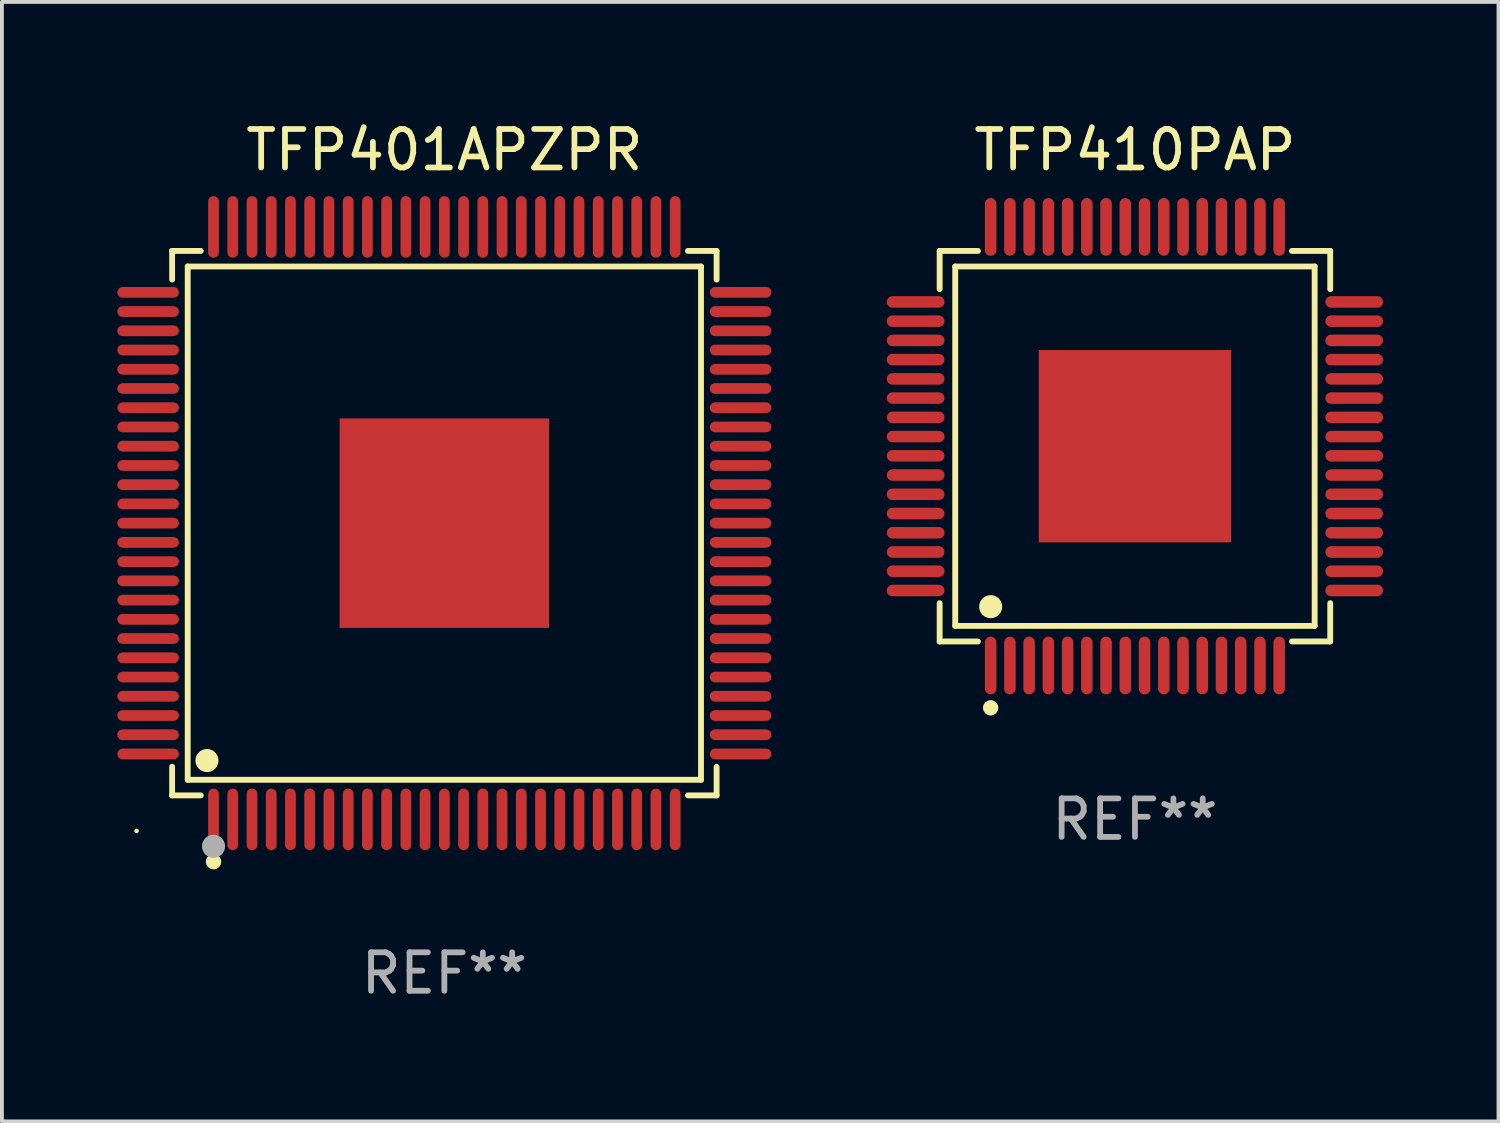
<source format=kicad_pcb>
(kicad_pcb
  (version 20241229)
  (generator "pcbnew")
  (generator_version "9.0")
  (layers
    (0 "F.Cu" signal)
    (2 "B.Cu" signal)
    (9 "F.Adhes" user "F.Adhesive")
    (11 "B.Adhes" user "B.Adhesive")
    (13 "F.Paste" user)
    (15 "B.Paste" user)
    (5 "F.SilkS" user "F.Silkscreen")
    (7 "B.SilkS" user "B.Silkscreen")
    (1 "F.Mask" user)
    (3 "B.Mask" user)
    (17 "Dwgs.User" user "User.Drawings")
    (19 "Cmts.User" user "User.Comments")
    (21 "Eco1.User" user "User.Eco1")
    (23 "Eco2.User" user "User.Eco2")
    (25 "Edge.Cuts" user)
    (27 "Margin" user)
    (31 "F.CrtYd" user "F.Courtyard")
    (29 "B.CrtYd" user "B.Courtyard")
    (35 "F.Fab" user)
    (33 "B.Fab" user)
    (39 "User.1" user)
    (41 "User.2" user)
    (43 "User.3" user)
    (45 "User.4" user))
  (footprint "TFP410PAP"
    (layer "F.Cu")
    (at 26.45 8.548)
    (property "Reference" "TFP410PAP" (at 0 -7.7 0) (layer "F.SilkS") (effects (font (size 1 1) (thickness 0.15))))
    (attr through_hole)
    (fp_line (start -5.076 -5.076) (end -4.081 -5.076) (stroke (width 0.152) (type solid)) (layer "F.SilkS"))
    (fp_line (start -5.076 -4.081) (end -5.076 -5.076) (stroke (width 0.152) (type solid)) (layer "F.SilkS"))
    (fp_line (start -5.076 4.08) (end -5.076 5.076) (stroke (width 0.152) (type solid)) (layer "F.SilkS"))
    (fp_line (start -5.076 5.076) (end -4.081 5.076) (stroke (width 0.152) (type solid)) (layer "F.SilkS"))
    (fp_line (start -4.671 -4.671) (end 4.671 -4.671) (stroke (width 0.152) (type solid)) (layer "F.SilkS"))
    (fp_line (start -4.671 4.671) (end -4.671 -4.671) (stroke (width 0.152) (type solid)) (layer "F.SilkS"))
    (fp_line (start 4.671 -4.671) (end 4.671 4.671) (stroke (width 0.152) (type solid)) (layer "F.SilkS"))
    (fp_line (start 4.671 4.671) (end -4.671 4.671) (stroke (width 0.152) (type solid)) (layer "F.SilkS"))
    (fp_line (start 5.076 -5.076) (end 4.081 -5.076) (stroke (width 0.152) (type solid)) (layer "F.SilkS"))
    (fp_line (start 5.076 -4.081) (end 5.076 -5.076) (stroke (width 0.152) (type solid)) (layer "F.SilkS"))
    (fp_line (start 5.076 4.08) (end 5.076 5.076) (stroke (width 0.152) (type solid)) (layer "F.SilkS"))
    (fp_line (start 5.076 5.076) (end 4.081 5.076) (stroke (width 0.152) (type solid)) (layer "F.SilkS"))
    (fp_circle (center -3.75 4.171) (end -3.6 4.171) (stroke (width 0.3) (type solid)) (fill no) (layer "F.SilkS"))
    (fp_circle (center -3.75 6.8) (end -3.65 6.8) (stroke (width 0.2) (type solid)) (fill no) (layer "F.SilkS"))
    (fp_text user "REF**" (at 0 9.7 0) (layer "F.Fab") (effects (font (size 1 1) (thickness 0.15))))
    (pad "1" smd oval (at -3.75 5.7) (size 0.3 1.5) (layers "F.Cu" "F.Mask" "F.Paste"))
    (pad "2" smd oval (at -3.25 5.7) (size 0.3 1.5) (layers "F.Cu" "F.Mask" "F.Paste"))
    (pad "3" smd oval (at -2.75 5.7) (size 0.3 1.5) (layers "F.Cu" "F.Mask" "F.Paste"))
    (pad "4" smd oval (at -2.25 5.7) (size 0.3 1.5) (layers "F.Cu" "F.Mask" "F.Paste"))
    (pad "5" smd oval (at -1.75 5.7) (size 0.3 1.5) (layers "F.Cu" "F.Mask" "F.Paste"))
    (pad "6" smd oval (at -1.25 5.7) (size 0.3 1.5) (layers "F.Cu" "F.Mask" "F.Paste"))
    (pad "7" smd oval (at -0.75 5.7) (size 0.3 1.5) (layers "F.Cu" "F.Mask" "F.Paste"))
    (pad "8" smd oval (at -0.25 5.7) (size 0.3 1.5) (layers "F.Cu" "F.Mask" "F.Paste"))
    (pad "9" smd oval (at 0.25 5.7) (size 0.3 1.5) (layers "F.Cu" "F.Mask" "F.Paste"))
    (pad "10" smd oval (at 0.75 5.7) (size 0.3 1.5) (layers "F.Cu" "F.Mask" "F.Paste"))
    (pad "11" smd oval (at 1.25 5.7) (size 0.3 1.5) (layers "F.Cu" "F.Mask" "F.Paste"))
    (pad "12" smd oval (at 1.75 5.7) (size 0.3 1.5) (layers "F.Cu" "F.Mask" "F.Paste"))
    (pad "13" smd oval (at 2.25 5.7) (size 0.3 1.5) (layers "F.Cu" "F.Mask" "F.Paste"))
    (pad "14" smd oval (at 2.75 5.7) (size 0.3 1.5) (layers "F.Cu" "F.Mask" "F.Paste"))
    (pad "15" smd oval (at 3.25 5.7) (size 0.3 1.5) (layers "F.Cu" "F.Mask" "F.Paste"))
    (pad "16" smd oval (at 3.75 5.7) (size 0.3 1.5) (layers "F.Cu" "F.Mask" "F.Paste"))
    (pad "17" smd oval (at 5.7 3.75) (size 1.5 0.3) (layers "F.Cu" "F.Mask" "F.Paste"))
    (pad "18" smd oval (at 5.7 3.25) (size 1.5 0.3) (layers "F.Cu" "F.Mask" "F.Paste"))
    (pad "19" smd oval (at 5.7 2.75) (size 1.5 0.3) (layers "F.Cu" "F.Mask" "F.Paste"))
    (pad "20" smd oval (at 5.7 2.25) (size 1.5 0.3) (layers "F.Cu" "F.Mask" "F.Paste"))
    (pad "21" smd oval (at 5.7 1.75) (size 1.5 0.3) (layers "F.Cu" "F.Mask" "F.Paste"))
    (pad "22" smd oval (at 5.7 1.25) (size 1.5 0.3) (layers "F.Cu" "F.Mask" "F.Paste"))
    (pad "23" smd oval (at 5.7 0.75) (size 1.5 0.3) (layers "F.Cu" "F.Mask" "F.Paste"))
    (pad "24" smd oval (at 5.7 0.25) (size 1.5 0.3) (layers "F.Cu" "F.Mask" "F.Paste"))
    (pad "25" smd oval (at 5.7 -0.25) (size 1.5 0.3) (layers "F.Cu" "F.Mask" "F.Paste"))
    (pad "26" smd oval (at 5.7 -0.75) (size 1.5 0.3) (layers "F.Cu" "F.Mask" "F.Paste"))
    (pad "27" smd oval (at 5.7 -1.25) (size 1.5 0.3) (layers "F.Cu" "F.Mask" "F.Paste"))
    (pad "28" smd oval (at 5.7 -1.75) (size 1.5 0.3) (layers "F.Cu" "F.Mask" "F.Paste"))
    (pad "29" smd oval (at 5.7 -2.25) (size 1.5 0.3) (layers "F.Cu" "F.Mask" "F.Paste"))
    (pad "30" smd oval (at 5.7 -2.75) (size 1.5 0.3) (layers "F.Cu" "F.Mask" "F.Paste"))
    (pad "31" smd oval (at 5.7 -3.25) (size 1.5 0.3) (layers "F.Cu" "F.Mask" "F.Paste"))
    (pad "32" smd oval (at 5.7 -3.75) (size 1.5 0.3) (layers "F.Cu" "F.Mask" "F.Paste"))
    (pad "33" smd oval (at 3.75 -5.7) (size 0.3 1.5) (layers "F.Cu" "F.Mask" "F.Paste"))
    (pad "34" smd oval (at 3.25 -5.7) (size 0.3 1.5) (layers "F.Cu" "F.Mask" "F.Paste"))
    (pad "35" smd oval (at 2.75 -5.7) (size 0.3 1.5) (layers "F.Cu" "F.Mask" "F.Paste"))
    (pad "36" smd oval (at 2.25 -5.7) (size 0.3 1.5) (layers "F.Cu" "F.Mask" "F.Paste"))
    (pad "37" smd oval (at 1.75 -5.7) (size 0.3 1.5) (layers "F.Cu" "F.Mask" "F.Paste"))
    (pad "38" smd oval (at 1.25 -5.7) (size 0.3 1.5) (layers "F.Cu" "F.Mask" "F.Paste"))
    (pad "39" smd oval (at 0.75 -5.7) (size 0.3 1.5) (layers "F.Cu" "F.Mask" "F.Paste"))
    (pad "40" smd oval (at 0.25 -5.7) (size 0.3 1.5) (layers "F.Cu" "F.Mask" "F.Paste"))
    (pad "41" smd oval (at -0.25 -5.7) (size 0.3 1.5) (layers "F.Cu" "F.Mask" "F.Paste"))
    (pad "42" smd oval (at -0.75 -5.7) (size 0.3 1.5) (layers "F.Cu" "F.Mask" "F.Paste"))
    (pad "43" smd oval (at -1.25 -5.7) (size 0.3 1.5) (layers "F.Cu" "F.Mask" "F.Paste"))
    (pad "44" smd oval (at -1.75 -5.7) (size 0.3 1.5) (layers "F.Cu" "F.Mask" "F.Paste"))
    (pad "45" smd oval (at -2.25 -5.7) (size 0.3 1.5) (layers "F.Cu" "F.Mask" "F.Paste"))
    (pad "46" smd oval (at -2.75 -5.7) (size 0.3 1.5) (layers "F.Cu" "F.Mask" "F.Paste"))
    (pad "47" smd oval (at -3.25 -5.7) (size 0.3 1.5) (layers "F.Cu" "F.Mask" "F.Paste"))
    (pad "48" smd oval (at -3.75 -5.7) (size 0.3 1.5) (layers "F.Cu" "F.Mask" "F.Paste"))
    (pad "49" smd oval (at -5.7 -3.75) (size 1.5 0.3) (layers "F.Cu" "F.Mask" "F.Paste"))
    (pad "50" smd oval (at -5.7 -3.25) (size 1.5 0.3) (layers "F.Cu" "F.Mask" "F.Paste"))
    (pad "51" smd oval (at -5.7 -2.75) (size 1.5 0.3) (layers "F.Cu" "F.Mask" "F.Paste"))
    (pad "52" smd oval (at -5.7 -2.25) (size 1.5 0.3) (layers "F.Cu" "F.Mask" "F.Paste"))
    (pad "53" smd oval (at -5.7 -1.75) (size 1.5 0.3) (layers "F.Cu" "F.Mask" "F.Paste"))
    (pad "54" smd oval (at -5.7 -1.25) (size 1.5 0.3) (layers "F.Cu" "F.Mask" "F.Paste"))
    (pad "55" smd oval (at -5.7 -0.75) (size 1.5 0.3) (layers "F.Cu" "F.Mask" "F.Paste"))
    (pad "56" smd oval (at -5.7 -0.25) (size 1.5 0.3) (layers "F.Cu" "F.Mask" "F.Paste"))
    (pad "57" smd oval (at -5.7 0.25) (size 1.5 0.3) (layers "F.Cu" "F.Mask" "F.Paste"))
    (pad "58" smd oval (at -5.7 0.75) (size 1.5 0.3) (layers "F.Cu" "F.Mask" "F.Paste"))
    (pad "59" smd oval (at -5.7 1.25) (size 1.5 0.3) (layers "F.Cu" "F.Mask" "F.Paste"))
    (pad "60" smd oval (at -5.7 1.75) (size 1.5 0.3) (layers "F.Cu" "F.Mask" "F.Paste"))
    (pad "61" smd oval (at -5.7 2.25) (size 1.5 0.3) (layers "F.Cu" "F.Mask" "F.Paste"))
    (pad "62" smd oval (at -5.7 2.75) (size 1.5 0.3) (layers "F.Cu" "F.Mask" "F.Paste"))
    (pad "63" smd oval (at -5.7 3.25) (size 1.5 0.3) (layers "F.Cu" "F.Mask" "F.Paste"))
    (pad "64" smd oval (at -5.7 3.75) (size 1.5 0.3) (layers "F.Cu" "F.Mask" "F.Paste"))
    (pad "65" smd rect (at 0 0) (size 5 5) (layers "F.Cu" "F.Mask" "F.Paste")))
  (footprint "TFP401APZPR"
    (layer "F.Cu")
    (at 8.5 10.548)
    (property "Reference" "TFP401APZPR" (at 0 -9.7 0) (layer "F.SilkS") (effects (font (size 1 1) (thickness 0.15))))
    (attr through_hole)
    (fp_line (start -7.076 -7.076) (end -6.331 -7.076) (stroke (width 0.152) (type solid)) (layer "F.SilkS"))
    (fp_line (start -7.076 -6.331) (end -7.076 -7.076) (stroke (width 0.152) (type solid)) (layer "F.SilkS"))
    (fp_line (start -7.076 6.331) (end -7.076 7.076) (stroke (width 0.152) (type solid)) (layer "F.SilkS"))
    (fp_line (start -7.076 7.076) (end -6.331 7.076) (stroke (width 0.152) (type solid)) (layer "F.SilkS"))
    (fp_line (start -6.671 -6.671) (end 6.671 -6.671) (stroke (width 0.152) (type solid)) (layer "F.SilkS"))
    (fp_line (start -6.671 6.671) (end -6.671 -6.671) (stroke (width 0.152) (type solid)) (layer "F.SilkS"))
    (fp_line (start 6.671 -6.671) (end 6.671 6.671) (stroke (width 0.152) (type solid)) (layer "F.SilkS"))
    (fp_line (start 6.671 6.671) (end -6.671 6.671) (stroke (width 0.152) (type solid)) (layer "F.SilkS"))
    (fp_line (start 7.076 -7.076) (end 6.331 -7.076) (stroke (width 0.152) (type solid)) (layer "F.SilkS"))
    (fp_line (start 7.076 -6.331) (end 7.076 -7.076) (stroke (width 0.152) (type solid)) (layer "F.SilkS"))
    (fp_line (start 7.076 6.331) (end 7.076 7.076) (stroke (width 0.152) (type solid)) (layer "F.SilkS"))
    (fp_line (start 7.076 7.076) (end 6.331 7.076) (stroke (width 0.152) (type solid)) (layer "F.SilkS"))
    (fp_circle (center -8 8) (end -7.97 8) (stroke (width 0.06) (type solid)) (fill no) (layer "F.SilkS"))
    (fp_circle (center -6.171 6.171) (end -6.021 6.171) (stroke (width 0.3) (type solid)) (fill no) (layer "F.SilkS"))
    (fp_circle (center -6 8.8) (end -5.9 8.8) (stroke (width 0.2) (type solid)) (fill no) (layer "F.SilkS"))
    (fp_circle (center -6 8.4) (end -5.85 8.4) (stroke (width 0.3) (type solid)) (fill no) (layer "F.Fab"))
    (fp_text user "REF**" (at 0 11.7 0) (layer "F.Fab") (effects (font (size 1 1) (thickness 0.15))))
    (pad "1" smd oval (at -6 7.7) (size 0.28 1.6) (layers "F.Cu" "F.Mask" "F.Paste"))
    (pad "2" smd oval (at -5.5 7.7) (size 0.28 1.6) (layers "F.Cu" "F.Mask" "F.Paste"))
    (pad "3" smd oval (at -5 7.7) (size 0.28 1.6) (layers "F.Cu" "F.Mask" "F.Paste"))
    (pad "4" smd oval (at -4.5 7.7) (size 0.28 1.6) (layers "F.Cu" "F.Mask" "F.Paste"))
    (pad "5" smd oval (at -4 7.7) (size 0.28 1.6) (layers "F.Cu" "F.Mask" "F.Paste"))
    (pad "6" smd oval (at -3.5 7.7) (size 0.28 1.6) (layers "F.Cu" "F.Mask" "F.Paste"))
    (pad "7" smd oval (at -3 7.7) (size 0.28 1.6) (layers "F.Cu" "F.Mask" "F.Paste"))
    (pad "8" smd oval (at -2.5 7.7) (size 0.28 1.6) (layers "F.Cu" "F.Mask" "F.Paste"))
    (pad "9" smd oval (at -2 7.7) (size 0.28 1.6) (layers "F.Cu" "F.Mask" "F.Paste"))
    (pad "10" smd oval (at -1.5 7.7) (size 0.28 1.6) (layers "F.Cu" "F.Mask" "F.Paste"))
    (pad "11" smd oval (at -1 7.7) (size 0.28 1.6) (layers "F.Cu" "F.Mask" "F.Paste"))
    (pad "12" smd oval (at -0.5 7.7) (size 0.28 1.6) (layers "F.Cu" "F.Mask" "F.Paste"))
    (pad "13" smd oval (at 0 7.7) (size 0.28 1.6) (layers "F.Cu" "F.Mask" "F.Paste"))
    (pad "14" smd oval (at 0.5 7.7) (size 0.28 1.6) (layers "F.Cu" "F.Mask" "F.Paste"))
    (pad "15" smd oval (at 1 7.7) (size 0.28 1.6) (layers "F.Cu" "F.Mask" "F.Paste"))
    (pad "16" smd oval (at 1.5 7.7) (size 0.28 1.6) (layers "F.Cu" "F.Mask" "F.Paste"))
    (pad "17" smd oval (at 2 7.7) (size 0.28 1.6) (layers "F.Cu" "F.Mask" "F.Paste"))
    (pad "18" smd oval (at 2.5 7.7) (size 0.28 1.6) (layers "F.Cu" "F.Mask" "F.Paste"))
    (pad "19" smd oval (at 3 7.7) (size 0.28 1.6) (layers "F.Cu" "F.Mask" "F.Paste"))
    (pad "20" smd oval (at 3.5 7.7) (size 0.28 1.6) (layers "F.Cu" "F.Mask" "F.Paste"))
    (pad "21" smd oval (at 4 7.7) (size 0.28 1.6) (layers "F.Cu" "F.Mask" "F.Paste"))
    (pad "22" smd oval (at 4.5 7.7) (size 0.28 1.6) (layers "F.Cu" "F.Mask" "F.Paste"))
    (pad "23" smd oval (at 5 7.7) (size 0.28 1.6) (layers "F.Cu" "F.Mask" "F.Paste"))
    (pad "24" smd oval (at 5.5 7.7) (size 0.28 1.6) (layers "F.Cu" "F.Mask" "F.Paste"))
    (pad "25" smd oval (at 6 7.7) (size 0.28 1.6) (layers "F.Cu" "F.Mask" "F.Paste"))
    (pad "26" smd oval (at 7.7 6) (size 1.6 0.28) (layers "F.Cu" "F.Mask" "F.Paste"))
    (pad "27" smd oval (at 7.7 5.5) (size 1.6 0.28) (layers "F.Cu" "F.Mask" "F.Paste"))
    (pad "28" smd oval (at 7.7 5) (size 1.6 0.28) (layers "F.Cu" "F.Mask" "F.Paste"))
    (pad "29" smd oval (at 7.7 4.5) (size 1.6 0.28) (layers "F.Cu" "F.Mask" "F.Paste"))
    (pad "30" smd oval (at 7.7 4) (size 1.6 0.28) (layers "F.Cu" "F.Mask" "F.Paste"))
    (pad "31" smd oval (at 7.7 3.5) (size 1.6 0.28) (layers "F.Cu" "F.Mask" "F.Paste"))
    (pad "32" smd oval (at 7.7 3) (size 1.6 0.28) (layers "F.Cu" "F.Mask" "F.Paste"))
    (pad "33" smd oval (at 7.7 2.5) (size 1.6 0.28) (layers "F.Cu" "F.Mask" "F.Paste"))
    (pad "34" smd oval (at 7.7 2) (size 1.6 0.28) (layers "F.Cu" "F.Mask" "F.Paste"))
    (pad "35" smd oval (at 7.7 1.5) (size 1.6 0.28) (layers "F.Cu" "F.Mask" "F.Paste"))
    (pad "36" smd oval (at 7.7 1) (size 1.6 0.28) (layers "F.Cu" "F.Mask" "F.Paste"))
    (pad "37" smd oval (at 7.7 0.5) (size 1.6 0.28) (layers "F.Cu" "F.Mask" "F.Paste"))
    (pad "38" smd oval (at 7.7 0) (size 1.6 0.28) (layers "F.Cu" "F.Mask" "F.Paste"))
    (pad "39" smd oval (at 7.7 -0.5) (size 1.6 0.28) (layers "F.Cu" "F.Mask" "F.Paste"))
    (pad "40" smd oval (at 7.7 -1) (size 1.6 0.28) (layers "F.Cu" "F.Mask" "F.Paste"))
    (pad "41" smd oval (at 7.7 -1.5) (size 1.6 0.28) (layers "F.Cu" "F.Mask" "F.Paste"))
    (pad "42" smd oval (at 7.7 -2) (size 1.6 0.28) (layers "F.Cu" "F.Mask" "F.Paste"))
    (pad "43" smd oval (at 7.7 -2.5) (size 1.6 0.28) (layers "F.Cu" "F.Mask" "F.Paste"))
    (pad "44" smd oval (at 7.7 -3) (size 1.6 0.28) (layers "F.Cu" "F.Mask" "F.Paste"))
    (pad "45" smd oval (at 7.7 -3.5) (size 1.6 0.28) (layers "F.Cu" "F.Mask" "F.Paste"))
    (pad "46" smd oval (at 7.7 -4) (size 1.6 0.28) (layers "F.Cu" "F.Mask" "F.Paste"))
    (pad "47" smd oval (at 7.7 -4.5) (size 1.6 0.28) (layers "F.Cu" "F.Mask" "F.Paste"))
    (pad "48" smd oval (at 7.7 -5) (size 1.6 0.28) (layers "F.Cu" "F.Mask" "F.Paste"))
    (pad "49" smd oval (at 7.7 -5.5) (size 1.6 0.28) (layers "F.Cu" "F.Mask" "F.Paste"))
    (pad "50" smd oval (at 7.7 -6) (size 1.6 0.28) (layers "F.Cu" "F.Mask" "F.Paste"))
    (pad "51" smd oval (at 6 -7.7) (size 0.28 1.6) (layers "F.Cu" "F.Mask" "F.Paste"))
    (pad "52" smd oval (at 5.5 -7.7) (size 0.28 1.6) (layers "F.Cu" "F.Mask" "F.Paste"))
    (pad "53" smd oval (at 5 -7.7) (size 0.28 1.6) (layers "F.Cu" "F.Mask" "F.Paste"))
    (pad "54" smd oval (at 4.5 -7.7) (size 0.28 1.6) (layers "F.Cu" "F.Mask" "F.Paste"))
    (pad "55" smd oval (at 4 -7.7) (size 0.28 1.6) (layers "F.Cu" "F.Mask" "F.Paste"))
    (pad "56" smd oval (at 3.5 -7.7) (size 0.28 1.6) (layers "F.Cu" "F.Mask" "F.Paste"))
    (pad "57" smd oval (at 3 -7.7) (size 0.28 1.6) (layers "F.Cu" "F.Mask" "F.Paste"))
    (pad "58" smd oval (at 2.5 -7.7) (size 0.28 1.6) (layers "F.Cu" "F.Mask" "F.Paste"))
    (pad "59" smd oval (at 2 -7.7) (size 0.28 1.6) (layers "F.Cu" "F.Mask" "F.Paste"))
    (pad "60" smd oval (at 1.5 -7.7) (size 0.28 1.6) (layers "F.Cu" "F.Mask" "F.Paste"))
    (pad "61" smd oval (at 1 -7.7) (size 0.28 1.6) (layers "F.Cu" "F.Mask" "F.Paste"))
    (pad "62" smd oval (at 0.5 -7.7) (size 0.28 1.6) (layers "F.Cu" "F.Mask" "F.Paste"))
    (pad "63" smd oval (at 0 -7.7) (size 0.28 1.6) (layers "F.Cu" "F.Mask" "F.Paste"))
    (pad "64" smd oval (at -0.5 -7.7) (size 0.28 1.6) (layers "F.Cu" "F.Mask" "F.Paste"))
    (pad "65" smd oval (at -1 -7.7) (size 0.28 1.6) (layers "F.Cu" "F.Mask" "F.Paste"))
    (pad "66" smd oval (at -1.5 -7.7) (size 0.28 1.6) (layers "F.Cu" "F.Mask" "F.Paste"))
    (pad "67" smd oval (at -2 -7.7) (size 0.28 1.6) (layers "F.Cu" "F.Mask" "F.Paste"))
    (pad "68" smd oval (at -2.5 -7.7) (size 0.28 1.6) (layers "F.Cu" "F.Mask" "F.Paste"))
    (pad "69" smd oval (at -3 -7.7) (size 0.28 1.6) (layers "F.Cu" "F.Mask" "F.Paste"))
    (pad "70" smd oval (at -3.5 -7.7) (size 0.28 1.6) (layers "F.Cu" "F.Mask" "F.Paste"))
    (pad "71" smd oval (at -4 -7.7) (size 0.28 1.6) (layers "F.Cu" "F.Mask" "F.Paste"))
    (pad "72" smd oval (at -4.5 -7.7) (size 0.28 1.6) (layers "F.Cu" "F.Mask" "F.Paste"))
    (pad "73" smd oval (at -5 -7.7) (size 0.28 1.6) (layers "F.Cu" "F.Mask" "F.Paste"))
    (pad "74" smd oval (at -5.5 -7.7) (size 0.28 1.6) (layers "F.Cu" "F.Mask" "F.Paste"))
    (pad "75" smd oval (at -6 -7.7) (size 0.28 1.6) (layers "F.Cu" "F.Mask" "F.Paste"))
    (pad "76" smd oval (at -7.7 -6) (size 1.6 0.28) (layers "F.Cu" "F.Mask" "F.Paste"))
    (pad "77" smd oval (at -7.7 -5.5) (size 1.6 0.28) (layers "F.Cu" "F.Mask" "F.Paste"))
    (pad "78" smd oval (at -7.7 -5) (size 1.6 0.28) (layers "F.Cu" "F.Mask" "F.Paste"))
    (pad "79" smd oval (at -7.7 -4.5) (size 1.6 0.28) (layers "F.Cu" "F.Mask" "F.Paste"))
    (pad "80" smd oval (at -7.7 -4) (size 1.6 0.28) (layers "F.Cu" "F.Mask" "F.Paste"))
    (pad "81" smd oval (at -7.7 -3.5) (size 1.6 0.28) (layers "F.Cu" "F.Mask" "F.Paste"))
    (pad "82" smd oval (at -7.7 -3) (size 1.6 0.28) (layers "F.Cu" "F.Mask" "F.Paste"))
    (pad "83" smd oval (at -7.7 -2.5) (size 1.6 0.28) (layers "F.Cu" "F.Mask" "F.Paste"))
    (pad "84" smd oval (at -7.7 -2) (size 1.6 0.28) (layers "F.Cu" "F.Mask" "F.Paste"))
    (pad "85" smd oval (at -7.7 -1.5) (size 1.6 0.28) (layers "F.Cu" "F.Mask" "F.Paste"))
    (pad "86" smd oval (at -7.7 -1) (size 1.6 0.28) (layers "F.Cu" "F.Mask" "F.Paste"))
    (pad "87" smd oval (at -7.7 -0.5) (size 1.6 0.28) (layers "F.Cu" "F.Mask" "F.Paste"))
    (pad "88" smd oval (at -7.7 0) (size 1.6 0.28) (layers "F.Cu" "F.Mask" "F.Paste"))
    (pad "89" smd oval (at -7.7 0.5) (size 1.6 0.28) (layers "F.Cu" "F.Mask" "F.Paste"))
    (pad "90" smd oval (at -7.7 1) (size 1.6 0.28) (layers "F.Cu" "F.Mask" "F.Paste"))
    (pad "91" smd oval (at -7.7 1.5) (size 1.6 0.28) (layers "F.Cu" "F.Mask" "F.Paste"))
    (pad "92" smd oval (at -7.7 2) (size 1.6 0.28) (layers "F.Cu" "F.Mask" "F.Paste"))
    (pad "93" smd oval (at -7.7 2.5) (size 1.6 0.28) (layers "F.Cu" "F.Mask" "F.Paste"))
    (pad "94" smd oval (at -7.7 3) (size 1.6 0.28) (layers "F.Cu" "F.Mask" "F.Paste"))
    (pad "95" smd oval (at -7.7 3.5) (size 1.6 0.28) (layers "F.Cu" "F.Mask" "F.Paste"))
    (pad "96" smd oval (at -7.7 4) (size 1.6 0.28) (layers "F.Cu" "F.Mask" "F.Paste"))
    (pad "97" smd oval (at -7.7 4.5) (size 1.6 0.28) (layers "F.Cu" "F.Mask" "F.Paste"))
    (pad "98" smd oval (at -7.7 5) (size 1.6 0.28) (layers "F.Cu" "F.Mask" "F.Paste"))
    (pad "99" smd oval (at -7.7 5.5) (size 1.6 0.28) (layers "F.Cu" "F.Mask" "F.Paste"))
    (pad "100" smd oval (at -7.7 6) (size 1.6 0.28) (layers "F.Cu" "F.Mask" "F.Paste"))
    (pad "101" smd rect (at 0 0) (size 5.445 5.445) (layers "F.Cu" "F.Mask" "F.Paste")))
  (gr_rect
    (start -3 -3)
    (end 35.9 26.097)
    (stroke (width 0.1) (type default))
    (fill no)
    (layer "Edge.Cuts")))
</source>
